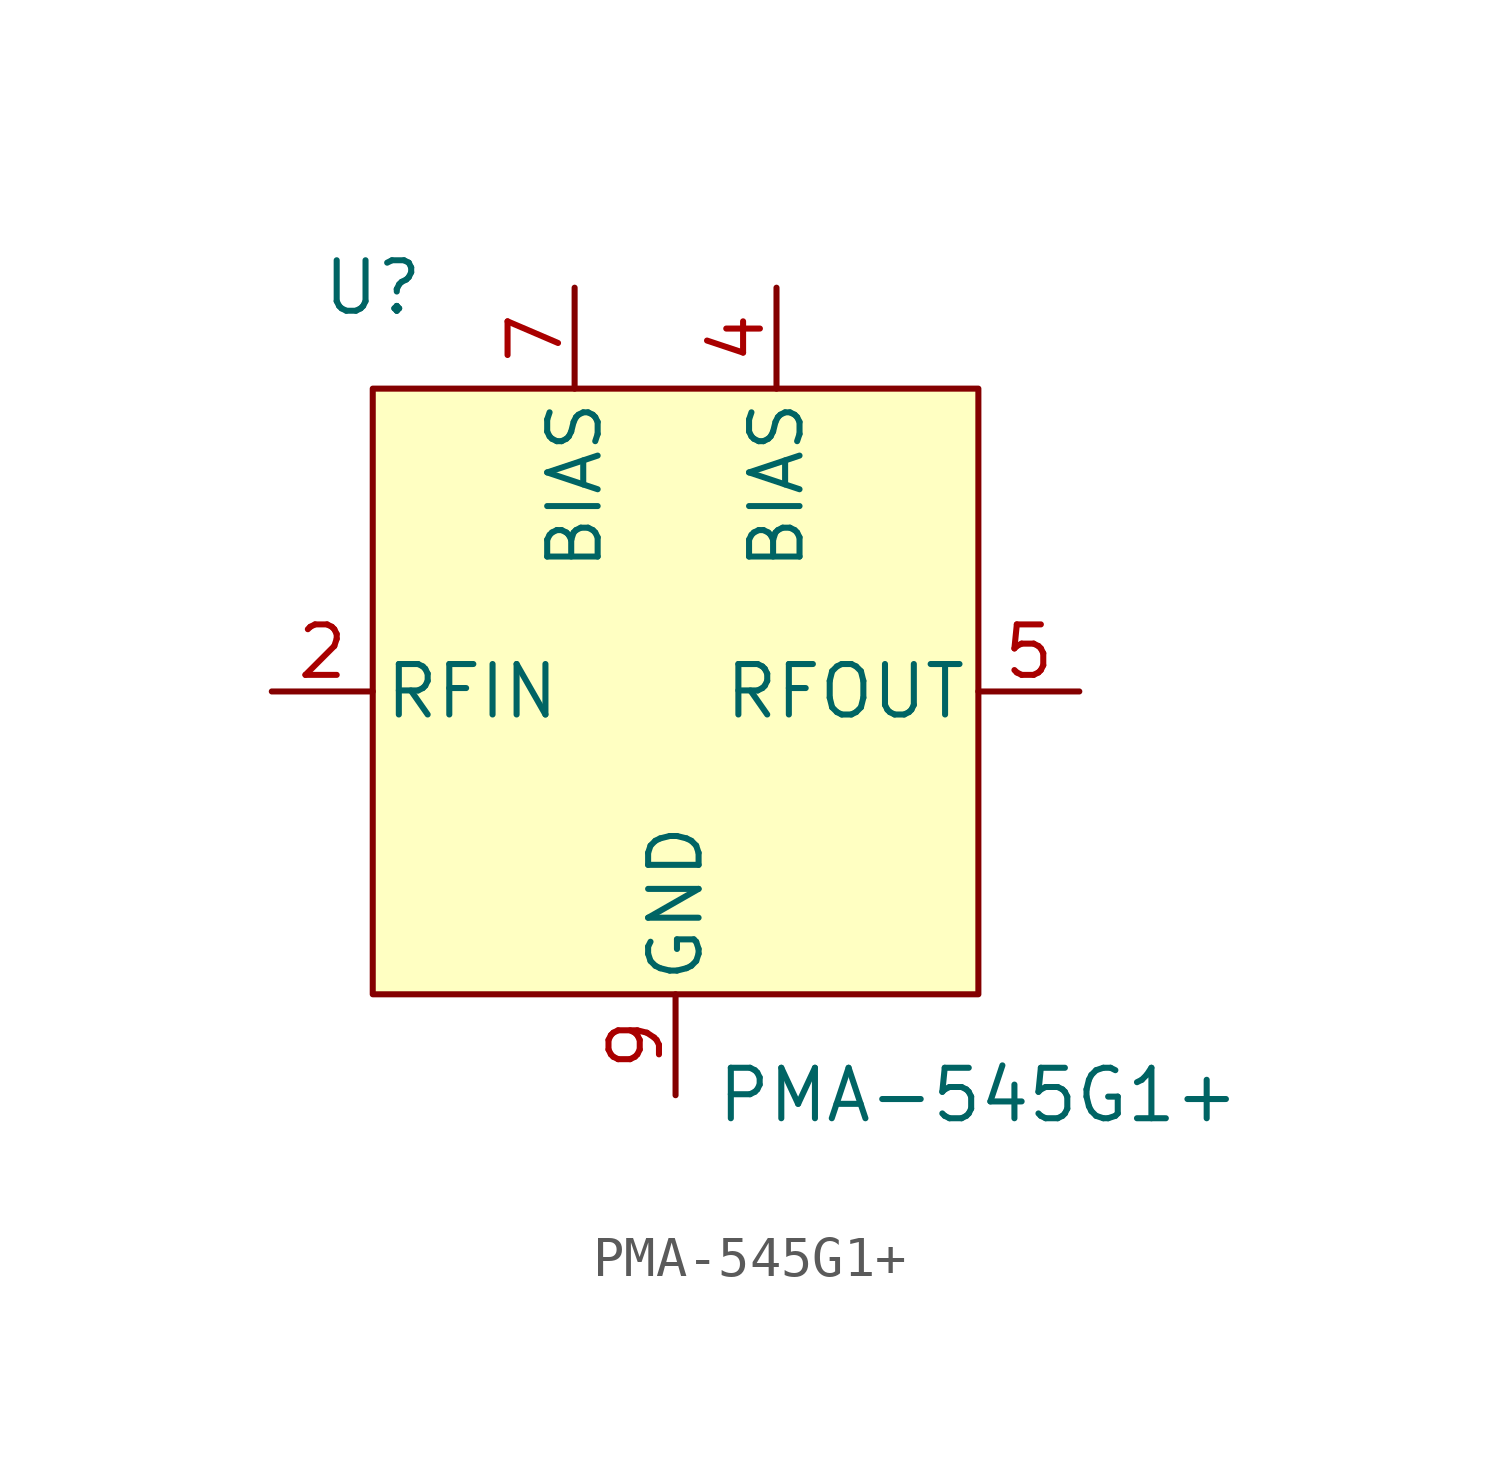
<source format=kicad_sym>
(kicad_symbol_lib
  (version 20241209)
  (generator "kicad_symbol_editor")
  (generator_version "9.0")
  (symbol "PMA-545G1+"
    (pin_names
      (offset 0.254))
    (property "Reference" "U"
      (at -7.62 10.16 0)
      (effects (font (size 1.27 1.27))))
    (property "Value" "PMA-545G1+"
      (at 7.62 -10.16 0)
      (effects (font (size 1.27 1.27))))
    (symbol "PMA-545G1+_1_0"
      (rectangle (start -7.62 7.62) (end 7.62 -7.62) (stroke (width 0) (type solid)) (fill (type background)))
      (pin input line (at -10.16 0 0) (length 2.54) (name "RFIN" (effects (font (size 1.27 1.27)))) (number "2" (effects (font (size 1.27 1.27)))))
      (pin power_in line (at -2.54 10.16 270) (length 2.54) (name "BIAS" (effects (font (size 1.27 1.27)))) (number "7" (effects (font (size 1.27 1.27)))))
      (pin no_connect line (at -2.54 -7.62 90) (length 2.54) (hide yes) (name "NC" (effects (font (size 1.27 1.27)))) (number "8" (effects (font (size 1.27 1.27)))))
      (pin passive line (at 0 -10.16 90) (length 2.54) (hide yes) (name "NC" (effects (font (size 1.27 1.27)))) (number "1" (effects (font (size 1.27 1.27)))))
      (pin passive line (at 0 -10.16 90) (length 2.54) (hide yes) (name "NC" (effects (font (size 1.27 1.27)))) (number "3" (effects (font (size 1.27 1.27)))))
      (pin passive line (at 0 -10.16 90) (length 2.54) (hide yes) (name "NC" (effects (font (size 1.016 1.016)))) (number "6" (effects (font (size 1.016 1.016)))))
      (pin power_in line (at 0 -10.16 90) (length 2.54) (name "GND" (effects (font (size 1.27 1.27)))) (number "9" (effects (font (size 1.27 1.27)))))
      (pin power_in line (at 2.54 10.16 270) (length 2.54) (name "BIAS" (effects (font (size 1.27 1.27)))) (number "4" (effects (font (size 1.27 1.27)))))
      (pin output line (at 10.16 0 180) (length 2.54) (name "RFOUT" (effects (font (size 1.27 1.27)))) (number "5" (effects (font (size 1.27 1.27))))))))
</source>
